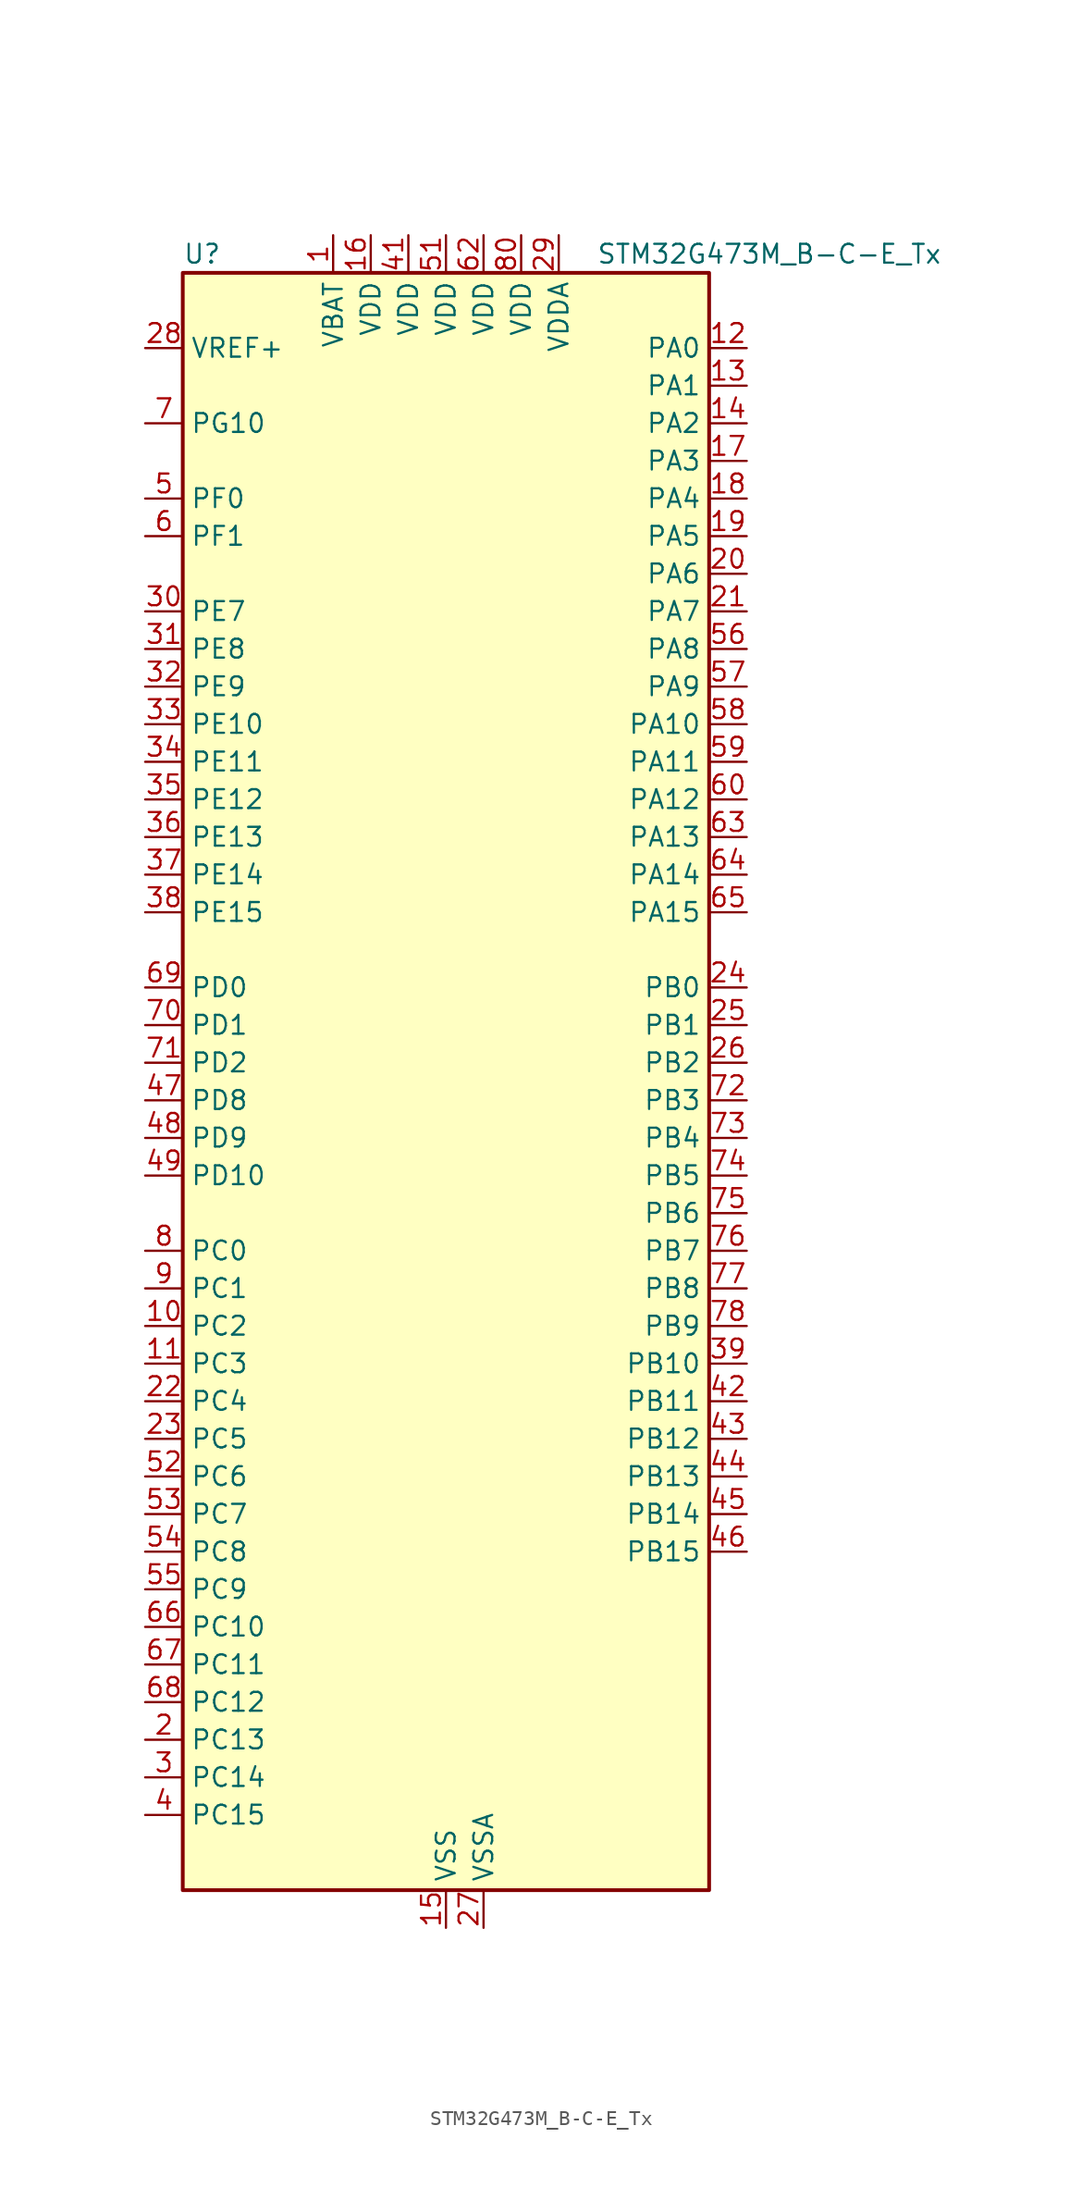
<source format=kicad_sym>
(kicad_symbol_lib
  (version 20241209)
  (generator "kicad_symbol_editor")
  (generator_version "9.0")
  (symbol "STM32G473M_B-C-E_Tx"
    (property "Reference" "U"
      (at -17.78 57.15 0)
      (effects (font (size 1.27 1.27)) (justify left)))
    (property "Value" "STM32G473M_B-C-E_Tx"
      (at 10.16 57.15 0)
      (effects (font (size 1.27 1.27)) (justify left)))
    (symbol "STM32G473M_B-C-E_Tx_0_1"
      (rectangle (start -17.78 -53.34) (end 17.78 55.88) (stroke (width 0.254) (type default)) (fill (type background))))
    (symbol "STM32G473M_B-C-E_Tx_1_1"
      (pin input line (at -20.32 50.8 0) (length 2.54) (name "VREF+" (effects (font (size 1.27 1.27)))) (number "28" (effects (font (size 1.27 1.27)))) (alternate "VREFBUF_OUT" bidirectional line))
      (pin bidirectional line (at -20.32 45.72 0) (length 2.54) (name "PG10" (effects (font (size 1.27 1.27)))) (number "7" (effects (font (size 1.27 1.27)))) (alternate "DAC1_EXTI10" bidirectional line) (alternate "DAC2_EXTI10" bidirectional line) (alternate "DAC3_EXTI10" bidirectional line) (alternate "DAC4_EXTI10" bidirectional line) (alternate "RCC_MCO" bidirectional line))
      (pin bidirectional line (at -20.32 40.64 0) (length 2.54) (name "PF0" (effects (font (size 1.27 1.27)))) (number "5" (effects (font (size 1.27 1.27)))) (alternate "ADC1_IN10" bidirectional line) (alternate "I2C2_SDA" bidirectional line) (alternate "I2S2_WS" bidirectional line) (alternate "RCC_OSC_IN" bidirectional line) (alternate "SPI2_NSS" bidirectional line) (alternate "TIM1_CH3N" bidirectional line))
      (pin bidirectional line (at -20.32 38.1 0) (length 2.54) (name "PF1" (effects (font (size 1.27 1.27)))) (number "6" (effects (font (size 1.27 1.27)))) (alternate "ADC2_IN10" bidirectional line) (alternate "COMP3_INM" bidirectional line) (alternate "I2S2_CK" bidirectional line) (alternate "RCC_OSC_OUT" bidirectional line) (alternate "SPI2_SCK" bidirectional line))
      (pin bidirectional line (at -20.32 33.02 0) (length 2.54) (name "PE7" (effects (font (size 1.27 1.27)))) (number "30" (effects (font (size 1.27 1.27)))) (alternate "ADC3_IN4" bidirectional line) (alternate "COMP4_INP" bidirectional line) (alternate "SAI1_SD_B" bidirectional line) (alternate "TIM1_ETR" bidirectional line))
      (pin bidirectional line (at -20.32 30.48 0) (length 2.54) (name "PE8" (effects (font (size 1.27 1.27)))) (number "31" (effects (font (size 1.27 1.27)))) (alternate "ADC3_IN6" bidirectional line) (alternate "ADC4_IN6" bidirectional line) (alternate "ADC5_IN6" bidirectional line) (alternate "COMP4_INM" bidirectional line) (alternate "SAI1_SCK_B" bidirectional line) (alternate "TIM1_CH1N" bidirectional line) (alternate "TIM5_CH3" bidirectional line))
      (pin bidirectional line (at -20.32 27.94 0) (length 2.54) (name "PE9" (effects (font (size 1.27 1.27)))) (number "32" (effects (font (size 1.27 1.27)))) (alternate "ADC3_IN2" bidirectional line) (alternate "DAC1_EXTI9" bidirectional line) (alternate "DAC2_EXTI9" bidirectional line) (alternate "DAC3_EXTI9" bidirectional line) (alternate "DAC4_EXTI9" bidirectional line) (alternate "SAI1_FS_B" bidirectional line) (alternate "TIM1_CH1" bidirectional line) (alternate "TIM5_CH4" bidirectional line))
      (pin bidirectional line (at -20.32 25.4 0) (length 2.54) (name "PE10" (effects (font (size 1.27 1.27)))) (number "33" (effects (font (size 1.27 1.27)))) (alternate "ADC3_IN14" bidirectional line) (alternate "ADC4_IN14" bidirectional line) (alternate "ADC5_IN14" bidirectional line) (alternate "DAC1_EXTI10" bidirectional line) (alternate "DAC2_EXTI10" bidirectional line) (alternate "DAC3_EXTI10" bidirectional line) (alternate "DAC4_EXTI10" bidirectional line) (alternate "QUADSPI1_CLK" bidirectional line) (alternate "SAI1_MCLK_B" bidirectional line) (alternate "TIM1_CH2N" bidirectional line))
      (pin bidirectional line (at -20.32 22.86 0) (length 2.54) (name "PE11" (effects (font (size 1.27 1.27)))) (number "34" (effects (font (size 1.27 1.27)))) (alternate "ADC1_EXTI11" bidirectional line) (alternate "ADC2_EXTI11" bidirectional line) (alternate "ADC3_IN15" bidirectional line) (alternate "ADC4_IN15" bidirectional line) (alternate "ADC5_IN15" bidirectional line) (alternate "QUADSPI1_BK1_NCS" bidirectional line) (alternate "SPI4_NSS" bidirectional line) (alternate "TIM1_CH2" bidirectional line))
      (pin bidirectional line (at -20.32 20.32 0) (length 2.54) (name "PE12" (effects (font (size 1.27 1.27)))) (number "35" (effects (font (size 1.27 1.27)))) (alternate "ADC3_IN16" bidirectional line) (alternate "ADC4_IN16" bidirectional line) (alternate "ADC5_IN16" bidirectional line) (alternate "QUADSPI1_BK1_IO0" bidirectional line) (alternate "SPI4_SCK" bidirectional line) (alternate "TIM1_CH3N" bidirectional line))
      (pin bidirectional line (at -20.32 17.78 0) (length 2.54) (name "PE13" (effects (font (size 1.27 1.27)))) (number "36" (effects (font (size 1.27 1.27)))) (alternate "ADC3_IN3" bidirectional line) (alternate "QUADSPI1_BK1_IO1" bidirectional line) (alternate "SPI4_MISO" bidirectional line) (alternate "TIM1_CH3" bidirectional line))
      (pin bidirectional line (at -20.32 15.24 0) (length 2.54) (name "PE14" (effects (font (size 1.27 1.27)))) (number "37" (effects (font (size 1.27 1.27)))) (alternate "ADC4_IN1" bidirectional line) (alternate "QUADSPI1_BK1_IO2" bidirectional line) (alternate "SPI4_MOSI" bidirectional line) (alternate "TIM1_BKIN2" bidirectional line) (alternate "TIM1_CH4" bidirectional line))
      (pin bidirectional line (at -20.32 12.7 0) (length 2.54) (name "PE15" (effects (font (size 1.27 1.27)))) (number "38" (effects (font (size 1.27 1.27)))) (alternate "ADC1_EXTI15" bidirectional line) (alternate "ADC2_EXTI15" bidirectional line) (alternate "ADC4_IN2" bidirectional line) (alternate "QUADSPI1_BK1_IO3" bidirectional line) (alternate "TIM1_BKIN" bidirectional line) (alternate "TIM1_CH4N" bidirectional line) (alternate "USART3_RX" bidirectional line))
      (pin bidirectional line (at -20.32 7.62 0) (length 2.54) (name "PD0" (effects (font (size 1.27 1.27)))) (number "69" (effects (font (size 1.27 1.27)))) (alternate "FDCAN1_RX" bidirectional line) (alternate "TIM8_CH4N" bidirectional line))
      (pin bidirectional line (at -20.32 5.08 0) (length 2.54) (name "PD1" (effects (font (size 1.27 1.27)))) (number "70" (effects (font (size 1.27 1.27)))) (alternate "FDCAN1_TX" bidirectional line) (alternate "TIM8_BKIN2" bidirectional line) (alternate "TIM8_CH4" bidirectional line))
      (pin bidirectional line (at -20.32 2.54 0) (length 2.54) (name "PD2" (effects (font (size 1.27 1.27)))) (number "71" (effects (font (size 1.27 1.27)))) (alternate "ADC3_EXTI2" bidirectional line) (alternate "ADC4_EXTI2" bidirectional line) (alternate "ADC5_EXTI2" bidirectional line) (alternate "TIM3_ETR" bidirectional line) (alternate "TIM8_BKIN" bidirectional line) (alternate "UART5_RX" bidirectional line))
      (pin bidirectional line (at -20.32 0 0) (length 2.54) (name "PD8" (effects (font (size 1.27 1.27)))) (number "47" (effects (font (size 1.27 1.27)))) (alternate "ADC4_IN12" bidirectional line) (alternate "ADC5_IN12" bidirectional line) (alternate "OPAMP4_VINM" bidirectional line) (alternate "OPAMP4_VINM1" bidirectional line) (alternate "OPAMP4_VINM_SEC" bidirectional line) (alternate "USART3_TX" bidirectional line))
      (pin bidirectional line (at -20.32 -2.54 0) (length 2.54) (name "PD9" (effects (font (size 1.27 1.27)))) (number "48" (effects (font (size 1.27 1.27)))) (alternate "ADC4_IN13" bidirectional line) (alternate "ADC5_IN13" bidirectional line) (alternate "DAC1_EXTI9" bidirectional line) (alternate "DAC2_EXTI9" bidirectional line) (alternate "DAC3_EXTI9" bidirectional line) (alternate "DAC4_EXTI9" bidirectional line) (alternate "OPAMP6_VINP" bidirectional line) (alternate "OPAMP6_VINP_SEC" bidirectional line) (alternate "USART3_RX" bidirectional line))
      (pin bidirectional line (at -20.32 -5.08 0) (length 2.54) (name "PD10" (effects (font (size 1.27 1.27)))) (number "49" (effects (font (size 1.27 1.27)))) (alternate "ADC3_IN7" bidirectional line) (alternate "ADC4_IN7" bidirectional line) (alternate "ADC5_IN7" bidirectional line) (alternate "COMP6_INM" bidirectional line) (alternate "DAC1_EXTI10" bidirectional line) (alternate "DAC2_EXTI10" bidirectional line) (alternate "DAC3_EXTI10" bidirectional line) (alternate "DAC4_EXTI10" bidirectional line) (alternate "USART3_CK" bidirectional line))
      (pin bidirectional line (at -20.32 -10.16 0) (length 2.54) (name "PC0" (effects (font (size 1.27 1.27)))) (number "8" (effects (font (size 1.27 1.27)))) (alternate "ADC1_IN6" bidirectional line) (alternate "ADC2_IN6" bidirectional line) (alternate "COMP3_INM" bidirectional line) (alternate "LPTIM1_IN1" bidirectional line) (alternate "LPUART1_RX" bidirectional line) (alternate "TIM1_CH1" bidirectional line))
      (pin bidirectional line (at -20.32 -12.7 0) (length 2.54) (name "PC1" (effects (font (size 1.27 1.27)))) (number "9" (effects (font (size 1.27 1.27)))) (alternate "ADC1_IN7" bidirectional line) (alternate "ADC2_IN7" bidirectional line) (alternate "COMP3_INP" bidirectional line) (alternate "LPTIM1_OUT" bidirectional line) (alternate "LPUART1_TX" bidirectional line) (alternate "QUADSPI1_BK2_IO0" bidirectional line) (alternate "SAI1_SD_A" bidirectional line) (alternate "TIM1_CH2" bidirectional line))
      (pin bidirectional line (at -20.32 -15.24 0) (length 2.54) (name "PC2" (effects (font (size 1.27 1.27)))) (number "10" (effects (font (size 1.27 1.27)))) (alternate "ADC1_IN8" bidirectional line) (alternate "ADC2_IN8" bidirectional line) (alternate "ADC3_EXTI2" bidirectional line) (alternate "ADC4_EXTI2" bidirectional line) (alternate "ADC5_EXTI2" bidirectional line) (alternate "COMP3_OUT" bidirectional line) (alternate "LPTIM1_IN2" bidirectional line) (alternate "QUADSPI1_BK2_IO1" bidirectional line) (alternate "TIM1_CH3" bidirectional line) (alternate "TIM20_CH2" bidirectional line))
      (pin bidirectional line (at -20.32 -17.78 0) (length 2.54) (name "PC3" (effects (font (size 1.27 1.27)))) (number "11" (effects (font (size 1.27 1.27)))) (alternate "ADC1_IN9" bidirectional line) (alternate "ADC2_IN9" bidirectional line) (alternate "ADC3_EXTI3" bidirectional line) (alternate "ADC4_EXTI3" bidirectional line) (alternate "ADC5_EXTI3" bidirectional line) (alternate "LPTIM1_ETR" bidirectional line) (alternate "OPAMP5_VINP" bidirectional line) (alternate "OPAMP5_VINP_SEC" bidirectional line) (alternate "QUADSPI1_BK2_IO2" bidirectional line) (alternate "SAI1_D1" bidirectional line) (alternate "SAI1_SD_A" bidirectional line) (alternate "TIM1_BKIN2" bidirectional line) (alternate "TIM1_CH4" bidirectional line))
      (pin bidirectional line (at -20.32 -20.32 0) (length 2.54) (name "PC4" (effects (font (size 1.27 1.27)))) (number "22" (effects (font (size 1.27 1.27)))) (alternate "ADC2_IN5" bidirectional line) (alternate "I2C2_SCL" bidirectional line) (alternate "QUADSPI1_BK2_IO3" bidirectional line) (alternate "TIM1_ETR" bidirectional line) (alternate "USART1_TX" bidirectional line))
      (pin bidirectional line (at -20.32 -22.86 0) (length 2.54) (name "PC5" (effects (font (size 1.27 1.27)))) (number "23" (effects (font (size 1.27 1.27)))) (alternate "ADC2_IN11" bidirectional line) (alternate "OPAMP1_VINM" bidirectional line) (alternate "OPAMP1_VINM1" bidirectional line) (alternate "OPAMP1_VINM_SEC" bidirectional line) (alternate "OPAMP2_VINM" bidirectional line) (alternate "OPAMP2_VINM1" bidirectional line) (alternate "OPAMP2_VINM_SEC" bidirectional line) (alternate "SAI1_D3" bidirectional line) (alternate "SYS_WKUP5" bidirectional line) (alternate "TIM15_BKIN" bidirectional line) (alternate "TIM1_CH4N" bidirectional line) (alternate "USART1_RX" bidirectional line))
      (pin bidirectional line (at -20.32 -25.4 0) (length 2.54) (name "PC6" (effects (font (size 1.27 1.27)))) (number "52" (effects (font (size 1.27 1.27)))) (alternate "COMP6_OUT" bidirectional line) (alternate "I2C4_SCL" bidirectional line) (alternate "I2S2_MCK" bidirectional line) (alternate "TIM3_CH1" bidirectional line) (alternate "TIM8_CH1" bidirectional line))
      (pin bidirectional line (at -20.32 -27.94 0) (length 2.54) (name "PC7" (effects (font (size 1.27 1.27)))) (number "53" (effects (font (size 1.27 1.27)))) (alternate "COMP5_OUT" bidirectional line) (alternate "I2C4_SDA" bidirectional line) (alternate "I2S3_MCK" bidirectional line) (alternate "TIM3_CH2" bidirectional line) (alternate "TIM8_CH2" bidirectional line))
      (pin bidirectional line (at -20.32 -30.48 0) (length 2.54) (name "PC8" (effects (font (size 1.27 1.27)))) (number "54" (effects (font (size 1.27 1.27)))) (alternate "COMP7_OUT" bidirectional line) (alternate "I2C3_SCL" bidirectional line) (alternate "TIM20_CH3" bidirectional line) (alternate "TIM3_CH3" bidirectional line) (alternate "TIM8_CH3" bidirectional line))
      (pin bidirectional line (at -20.32 -33.02 0) (length 2.54) (name "PC9" (effects (font (size 1.27 1.27)))) (number "55" (effects (font (size 1.27 1.27)))) (alternate "DAC1_EXTI9" bidirectional line) (alternate "DAC2_EXTI9" bidirectional line) (alternate "DAC3_EXTI9" bidirectional line) (alternate "DAC4_EXTI9" bidirectional line) (alternate "I2C3_SDA" bidirectional line) (alternate "I2S_CKIN" bidirectional line) (alternate "TIM3_CH4" bidirectional line) (alternate "TIM8_BKIN2" bidirectional line) (alternate "TIM8_CH4" bidirectional line))
      (pin bidirectional line (at -20.32 -35.56 0) (length 2.54) (name "PC10" (effects (font (size 1.27 1.27)))) (number "66" (effects (font (size 1.27 1.27)))) (alternate "DAC1_EXTI10" bidirectional line) (alternate "DAC2_EXTI10" bidirectional line) (alternate "DAC3_EXTI10" bidirectional line) (alternate "DAC4_EXTI10" bidirectional line) (alternate "I2S3_CK" bidirectional line) (alternate "SPI3_SCK" bidirectional line) (alternate "TIM8_CH1N" bidirectional line) (alternate "UART4_TX" bidirectional line) (alternate "USART3_TX" bidirectional line))
      (pin bidirectional line (at -20.32 -38.1 0) (length 2.54) (name "PC11" (effects (font (size 1.27 1.27)))) (number "67" (effects (font (size 1.27 1.27)))) (alternate "ADC1_EXTI11" bidirectional line) (alternate "ADC2_EXTI11" bidirectional line) (alternate "I2C3_SDA" bidirectional line) (alternate "SPI3_MISO" bidirectional line) (alternate "TIM8_CH2N" bidirectional line) (alternate "UART4_RX" bidirectional line) (alternate "USART3_RX" bidirectional line))
      (pin bidirectional line (at -20.32 -40.64 0) (length 2.54) (name "PC12" (effects (font (size 1.27 1.27)))) (number "68" (effects (font (size 1.27 1.27)))) (alternate "I2S3_SD" bidirectional line) (alternate "SPI3_MOSI" bidirectional line) (alternate "TIM5_CH2" bidirectional line) (alternate "TIM8_CH3N" bidirectional line) (alternate "UART5_TX" bidirectional line) (alternate "UCPD1_FRSTX1" bidirectional line) (alternate "UCPD1_FRSTX2" bidirectional line) (alternate "USART3_CK" bidirectional line))
      (pin bidirectional line (at -20.32 -43.18 0) (length 2.54) (name "PC13" (effects (font (size 1.27 1.27)))) (number "2" (effects (font (size 1.27 1.27)))) (alternate "RTC_OUT1" bidirectional line) (alternate "RTC_TAMP1" bidirectional line) (alternate "RTC_TS" bidirectional line) (alternate "SYS_WKUP2" bidirectional line) (alternate "TIM1_BKIN" bidirectional line) (alternate "TIM1_CH1N" bidirectional line) (alternate "TIM8_CH4N" bidirectional line))
      (pin bidirectional line (at -20.32 -45.72 0) (length 2.54) (name "PC14" (effects (font (size 1.27 1.27)))) (number "3" (effects (font (size 1.27 1.27)))) (alternate "RCC_OSC32_IN" bidirectional line))
      (pin bidirectional line (at -20.32 -48.26 0) (length 2.54) (name "PC15" (effects (font (size 1.27 1.27)))) (number "4" (effects (font (size 1.27 1.27)))) (alternate "ADC1_EXTI15" bidirectional line) (alternate "ADC2_EXTI15" bidirectional line) (alternate "RCC_OSC32_OUT" bidirectional line))
      (pin power_in line (at -7.62 58.42 270) (length 2.54) (name "VBAT" (effects (font (size 1.27 1.27)))) (number "1" (effects (font (size 1.27 1.27)))))
      (pin power_in line (at -5.08 58.42 270) (length 2.54) (name "VDD" (effects (font (size 1.27 1.27)))) (number "16" (effects (font (size 1.27 1.27)))))
      (pin power_in line (at -2.54 58.42 270) (length 2.54) (name "VDD" (effects (font (size 1.27 1.27)))) (number "41" (effects (font (size 1.27 1.27)))))
      (pin power_in line (at 0 58.42 270) (length 2.54) (name "VDD" (effects (font (size 1.27 1.27)))) (number "51" (effects (font (size 1.27 1.27)))))
      (pin power_in line (at 0 -55.88 90) (length 2.54) (name "VSS" (effects (font (size 1.27 1.27)))) (number "15" (effects (font (size 1.27 1.27)))))
      (pin passive line (at 0 -55.88 90) (length 2.54) (hide yes) (name "VSS" (effects (font (size 1.27 1.27)))) (number "40" (effects (font (size 1.27 1.27)))))
      (pin passive line (at 0 -55.88 90) (length 2.54) (hide yes) (name "VSS" (effects (font (size 1.27 1.27)))) (number "50" (effects (font (size 1.27 1.27)))))
      (pin passive line (at 0 -55.88 90) (length 2.54) (hide yes) (name "VSS" (effects (font (size 1.27 1.27)))) (number "61" (effects (font (size 1.27 1.27)))))
      (pin passive line (at 0 -55.88 90) (length 2.54) (hide yes) (name "VSS" (effects (font (size 1.27 1.27)))) (number "79" (effects (font (size 1.27 1.27)))))
      (pin power_in line (at 2.54 58.42 270) (length 2.54) (name "VDD" (effects (font (size 1.27 1.27)))) (number "62" (effects (font (size 1.27 1.27)))))
      (pin power_in line (at 2.54 -55.88 90) (length 2.54) (name "VSSA" (effects (font (size 1.27 1.27)))) (number "27" (effects (font (size 1.27 1.27)))))
      (pin power_in line (at 5.08 58.42 270) (length 2.54) (name "VDD" (effects (font (size 1.27 1.27)))) (number "80" (effects (font (size 1.27 1.27)))))
      (pin power_in line (at 7.62 58.42 270) (length 2.54) (name "VDDA" (effects (font (size 1.27 1.27)))) (number "29" (effects (font (size 1.27 1.27)))))
      (pin bidirectional line (at 20.32 50.8 180) (length 2.54) (name "PA0" (effects (font (size 1.27 1.27)))) (number "12" (effects (font (size 1.27 1.27)))) (alternate "ADC1_IN1" bidirectional line) (alternate "ADC2_IN1" bidirectional line) (alternate "COMP1_INM" bidirectional line) (alternate "COMP1_OUT" bidirectional line) (alternate "COMP3_INP" bidirectional line) (alternate "RTC_TAMP2" bidirectional line) (alternate "SYS_WKUP1" bidirectional line) (alternate "TIM2_CH1" bidirectional line) (alternate "TIM2_ETR" bidirectional line) (alternate "TIM5_CH1" bidirectional line) (alternate "TIM8_BKIN" bidirectional line) (alternate "TIM8_ETR" bidirectional line) (alternate "USART2_CTS" bidirectional line) (alternate "USART2_NSS" bidirectional line))
      (pin bidirectional line (at 20.32 48.26 180) (length 2.54) (name "PA1" (effects (font (size 1.27 1.27)))) (number "13" (effects (font (size 1.27 1.27)))) (alternate "ADC1_IN2" bidirectional line) (alternate "ADC2_IN2" bidirectional line) (alternate "COMP1_INP" bidirectional line) (alternate "OPAMP1_VINP" bidirectional line) (alternate "OPAMP1_VINP_SEC" bidirectional line) (alternate "OPAMP3_VINP" bidirectional line) (alternate "OPAMP3_VINP_SEC" bidirectional line) (alternate "OPAMP6_VINM" bidirectional line) (alternate "OPAMP6_VINM0" bidirectional line) (alternate "OPAMP6_VINM_SEC" bidirectional line) (alternate "RTC_REFIN" bidirectional line) (alternate "TIM15_CH1N" bidirectional line) (alternate "TIM2_CH2" bidirectional line) (alternate "TIM5_CH2" bidirectional line) (alternate "USART2_DE" bidirectional line) (alternate "USART2_RTS" bidirectional line))
      (pin bidirectional line (at 20.32 45.72 180) (length 2.54) (name "PA2" (effects (font (size 1.27 1.27)))) (number "14" (effects (font (size 1.27 1.27)))) (alternate "ADC1_IN3" bidirectional line) (alternate "ADC3_EXTI2" bidirectional line) (alternate "ADC4_EXTI2" bidirectional line) (alternate "ADC5_EXTI2" bidirectional line) (alternate "COMP2_INM" bidirectional line) (alternate "COMP2_OUT" bidirectional line) (alternate "LPUART1_TX" bidirectional line) (alternate "OPAMP1_VOUT" bidirectional line) (alternate "QUADSPI1_BK1_NCS" bidirectional line) (alternate "RCC_LSCO" bidirectional line) (alternate "SYS_WKUP4" bidirectional line) (alternate "TIM15_CH1" bidirectional line) (alternate "TIM2_CH3" bidirectional line) (alternate "TIM5_CH3" bidirectional line) (alternate "UCPD1_FRSTX1" bidirectional line) (alternate "UCPD1_FRSTX2" bidirectional line) (alternate "USART2_TX" bidirectional line))
      (pin bidirectional line (at 20.32 43.18 180) (length 2.54) (name "PA3" (effects (font (size 1.27 1.27)))) (number "17" (effects (font (size 1.27 1.27)))) (alternate "ADC1_IN4" bidirectional line) (alternate "ADC3_EXTI3" bidirectional line) (alternate "ADC4_EXTI3" bidirectional line) (alternate "ADC5_EXTI3" bidirectional line) (alternate "COMP2_INP" bidirectional line) (alternate "LPUART1_RX" bidirectional line) (alternate "OPAMP1_VINM" bidirectional line) (alternate "OPAMP1_VINM0" bidirectional line) (alternate "OPAMP1_VINM_SEC" bidirectional line) (alternate "OPAMP1_VINP" bidirectional line) (alternate "OPAMP1_VINP_SEC" bidirectional line) (alternate "OPAMP5_VINM" bidirectional line) (alternate "OPAMP5_VINM1" bidirectional line) (alternate "OPAMP5_VINM_SEC" bidirectional line) (alternate "QUADSPI1_CLK" bidirectional line) (alternate "SAI1_CK1" bidirectional line) (alternate "SAI1_MCLK_A" bidirectional line) (alternate "TIM15_CH2" bidirectional line) (alternate "TIM2_CH4" bidirectional line) (alternate "TIM5_CH4" bidirectional line) (alternate "USART2_RX" bidirectional line))
      (pin bidirectional line (at 20.32 40.64 180) (length 2.54) (name "PA4" (effects (font (size 1.27 1.27)))) (number "18" (effects (font (size 1.27 1.27)))) (alternate "ADC2_IN17" bidirectional line) (alternate "COMP1_INM" bidirectional line) (alternate "DAC1_OUT1" bidirectional line) (alternate "I2S3_WS" bidirectional line) (alternate "SAI1_FS_B" bidirectional line) (alternate "SPI1_NSS" bidirectional line) (alternate "SPI3_NSS" bidirectional line) (alternate "TIM3_CH2" bidirectional line) (alternate "USART2_CK" bidirectional line))
      (pin bidirectional line (at 20.32 38.1 180) (length 2.54) (name "PA5" (effects (font (size 1.27 1.27)))) (number "19" (effects (font (size 1.27 1.27)))) (alternate "ADC2_IN13" bidirectional line) (alternate "COMP2_INM" bidirectional line) (alternate "DAC1_OUT2" bidirectional line) (alternate "OPAMP2_VINM" bidirectional line) (alternate "OPAMP2_VINM0" bidirectional line) (alternate "OPAMP2_VINM_SEC" bidirectional line) (alternate "SPI1_SCK" bidirectional line) (alternate "TIM2_CH1" bidirectional line) (alternate "TIM2_ETR" bidirectional line) (alternate "UCPD1_FRSTX1" bidirectional line) (alternate "UCPD1_FRSTX2" bidirectional line))
      (pin bidirectional line (at 20.32 35.56 180) (length 2.54) (name "PA6" (effects (font (size 1.27 1.27)))) (number "20" (effects (font (size 1.27 1.27)))) (alternate "ADC2_IN3" bidirectional line) (alternate "COMP1_OUT" bidirectional line) (alternate "DAC2_OUT1" bidirectional line) (alternate "LPUART1_CTS" bidirectional line) (alternate "OPAMP2_VOUT" bidirectional line) (alternate "QUADSPI1_BK1_IO3" bidirectional line) (alternate "SPI1_MISO" bidirectional line) (alternate "TIM16_CH1" bidirectional line) (alternate "TIM1_BKIN" bidirectional line) (alternate "TIM3_CH1" bidirectional line) (alternate "TIM8_BKIN" bidirectional line))
      (pin bidirectional line (at 20.32 33.02 180) (length 2.54) (name "PA7" (effects (font (size 1.27 1.27)))) (number "21" (effects (font (size 1.27 1.27)))) (alternate "ADC2_IN4" bidirectional line) (alternate "COMP2_INP" bidirectional line) (alternate "COMP2_OUT" bidirectional line) (alternate "OPAMP1_VINP" bidirectional line) (alternate "OPAMP1_VINP_SEC" bidirectional line) (alternate "OPAMP2_VINP" bidirectional line) (alternate "OPAMP2_VINP_SEC" bidirectional line) (alternate "QUADSPI1_BK1_IO2" bidirectional line) (alternate "SPI1_MOSI" bidirectional line) (alternate "TIM17_CH1" bidirectional line) (alternate "TIM1_CH1N" bidirectional line) (alternate "TIM3_CH2" bidirectional line) (alternate "TIM8_CH1N" bidirectional line) (alternate "UCPD1_FRSTX1" bidirectional line) (alternate "UCPD1_FRSTX2" bidirectional line))
      (pin bidirectional line (at 20.32 30.48 180) (length 2.54) (name "PA8" (effects (font (size 1.27 1.27)))) (number "56" (effects (font (size 1.27 1.27)))) (alternate "ADC5_IN1" bidirectional line) (alternate "COMP7_OUT" bidirectional line) (alternate "FDCAN3_RX" bidirectional line) (alternate "I2C2_SDA" bidirectional line) (alternate "I2C3_SCL" bidirectional line) (alternate "I2S2_MCK" bidirectional line) (alternate "OPAMP5_VOUT" bidirectional line) (alternate "RCC_MCO" bidirectional line) (alternate "SAI1_CK2" bidirectional line) (alternate "SAI1_SCK_A" bidirectional line) (alternate "TIM1_CH1" bidirectional line) (alternate "TIM4_ETR" bidirectional line) (alternate "USART1_CK" bidirectional line))
      (pin bidirectional line (at 20.32 27.94 180) (length 2.54) (name "PA9" (effects (font (size 1.27 1.27)))) (number "57" (effects (font (size 1.27 1.27)))) (alternate "ADC5_IN2" bidirectional line) (alternate "COMP5_OUT" bidirectional line) (alternate "DAC1_EXTI9" bidirectional line) (alternate "DAC2_EXTI9" bidirectional line) (alternate "DAC3_EXTI9" bidirectional line) (alternate "DAC4_EXTI9" bidirectional line) (alternate "I2C2_SCL" bidirectional line) (alternate "I2C3_SMBA" bidirectional line) (alternate "I2S3_MCK" bidirectional line) (alternate "SAI1_FS_A" bidirectional line) (alternate "TIM15_BKIN" bidirectional line) (alternate "TIM1_CH2" bidirectional line) (alternate "TIM2_CH3" bidirectional line) (alternate "UCPD1_DBCC1" bidirectional line) (alternate "USART1_TX" bidirectional line))
      (pin bidirectional line (at 20.32 25.4 180) (length 2.54) (name "PA10" (effects (font (size 1.27 1.27)))) (number "58" (effects (font (size 1.27 1.27)))) (alternate "COMP6_OUT" bidirectional line) (alternate "CRS_SYNC" bidirectional line) (alternate "DAC1_EXTI10" bidirectional line) (alternate "DAC2_EXTI10" bidirectional line) (alternate "DAC3_EXTI10" bidirectional line) (alternate "DAC4_EXTI10" bidirectional line) (alternate "I2C2_SMBA" bidirectional line) (alternate "SAI1_D1" bidirectional line) (alternate "SAI1_SD_A" bidirectional line) (alternate "SPI2_MISO" bidirectional line) (alternate "TIM17_BKIN" bidirectional line) (alternate "TIM1_CH3" bidirectional line) (alternate "TIM2_CH4" bidirectional line) (alternate "TIM8_BKIN" bidirectional line) (alternate "UCPD1_DBCC2" bidirectional line) (alternate "USART1_RX" bidirectional line))
      (pin bidirectional line (at 20.32 22.86 180) (length 2.54) (name "PA11" (effects (font (size 1.27 1.27)))) (number "59" (effects (font (size 1.27 1.27)))) (alternate "ADC1_EXTI11" bidirectional line) (alternate "ADC2_EXTI11" bidirectional line) (alternate "COMP1_OUT" bidirectional line) (alternate "FDCAN1_RX" bidirectional line) (alternate "I2S2_SD" bidirectional line) (alternate "SPI2_MOSI" bidirectional line) (alternate "TIM1_BKIN2" bidirectional line) (alternate "TIM1_CH1N" bidirectional line) (alternate "TIM1_CH4" bidirectional line) (alternate "TIM4_CH1" bidirectional line) (alternate "USART1_CTS" bidirectional line) (alternate "USART1_NSS" bidirectional line) (alternate "USB_DM" bidirectional line))
      (pin bidirectional line (at 20.32 20.32 180) (length 2.54) (name "PA12" (effects (font (size 1.27 1.27)))) (number "60" (effects (font (size 1.27 1.27)))) (alternate "COMP2_OUT" bidirectional line) (alternate "FDCAN1_TX" bidirectional line) (alternate "I2S_CKIN" bidirectional line) (alternate "TIM16_CH1" bidirectional line) (alternate "TIM1_CH2N" bidirectional line) (alternate "TIM1_ETR" bidirectional line) (alternate "TIM4_CH2" bidirectional line) (alternate "USART1_DE" bidirectional line) (alternate "USART1_RTS" bidirectional line) (alternate "USB_DP" bidirectional line))
      (pin bidirectional line (at 20.32 17.78 180) (length 2.54) (name "PA13" (effects (font (size 1.27 1.27)))) (number "63" (effects (font (size 1.27 1.27)))) (alternate "I2C1_SCL" bidirectional line) (alternate "I2C4_SCL" bidirectional line) (alternate "IR_OUT" bidirectional line) (alternate "SAI1_SD_B" bidirectional line) (alternate "SYS_JTMS-SWDIO" bidirectional line) (alternate "TIM16_CH1N" bidirectional line) (alternate "TIM4_CH3" bidirectional line) (alternate "USART3_CTS" bidirectional line) (alternate "USART3_NSS" bidirectional line))
      (pin bidirectional line (at 20.32 15.24 180) (length 2.54) (name "PA14" (effects (font (size 1.27 1.27)))) (number "64" (effects (font (size 1.27 1.27)))) (alternate "I2C1_SDA" bidirectional line) (alternate "I2C4_SMBA" bidirectional line) (alternate "LPTIM1_OUT" bidirectional line) (alternate "SAI1_FS_B" bidirectional line) (alternate "SYS_JTCK-SWCLK" bidirectional line) (alternate "TIM1_BKIN" bidirectional line) (alternate "TIM8_CH2" bidirectional line) (alternate "USART2_TX" bidirectional line))
      (pin bidirectional line (at 20.32 12.7 180) (length 2.54) (name "PA15" (effects (font (size 1.27 1.27)))) (number "65" (effects (font (size 1.27 1.27)))) (alternate "ADC1_EXTI15" bidirectional line) (alternate "ADC2_EXTI15" bidirectional line) (alternate "FDCAN3_TX" bidirectional line) (alternate "I2C1_SCL" bidirectional line) (alternate "I2S3_WS" bidirectional line) (alternate "SPI1_NSS" bidirectional line) (alternate "SPI3_NSS" bidirectional line) (alternate "SYS_JTDI" bidirectional line) (alternate "TIM1_BKIN" bidirectional line) (alternate "TIM2_CH1" bidirectional line) (alternate "TIM2_ETR" bidirectional line) (alternate "TIM8_CH1" bidirectional line) (alternate "UART4_DE" bidirectional line) (alternate "UART4_RTS" bidirectional line) (alternate "USART2_RX" bidirectional line))
      (pin bidirectional line (at 20.32 7.62 180) (length 2.54) (name "PB0" (effects (font (size 1.27 1.27)))) (number "24" (effects (font (size 1.27 1.27)))) (alternate "ADC1_IN15" bidirectional line) (alternate "ADC3_IN12" bidirectional line) (alternate "COMP4_INP" bidirectional line) (alternate "OPAMP2_VINP" bidirectional line) (alternate "OPAMP2_VINP_SEC" bidirectional line) (alternate "OPAMP3_VINP" bidirectional line) (alternate "OPAMP3_VINP_SEC" bidirectional line) (alternate "QUADSPI1_BK1_IO1" bidirectional line) (alternate "TIM1_CH2N" bidirectional line) (alternate "TIM3_CH3" bidirectional line) (alternate "TIM8_CH2N" bidirectional line) (alternate "UCPD1_FRSTX1" bidirectional line) (alternate "UCPD1_FRSTX2" bidirectional line))
      (pin bidirectional line (at 20.32 5.08 180) (length 2.54) (name "PB1" (effects (font (size 1.27 1.27)))) (number "25" (effects (font (size 1.27 1.27)))) (alternate "ADC1_IN12" bidirectional line) (alternate "ADC3_IN1" bidirectional line) (alternate "COMP1_INP" bidirectional line) (alternate "COMP4_OUT" bidirectional line) (alternate "LPUART1_DE" bidirectional line) (alternate "LPUART1_RTS" bidirectional line) (alternate "OPAMP3_VOUT" bidirectional line) (alternate "OPAMP6_VINM" bidirectional line) (alternate "OPAMP6_VINM1" bidirectional line) (alternate "OPAMP6_VINM_SEC" bidirectional line) (alternate "QUADSPI1_BK1_IO0" bidirectional line) (alternate "TIM1_CH3N" bidirectional line) (alternate "TIM3_CH4" bidirectional line) (alternate "TIM8_CH3N" bidirectional line))
      (pin bidirectional line (at 20.32 2.54 180) (length 2.54) (name "PB2" (effects (font (size 1.27 1.27)))) (number "26" (effects (font (size 1.27 1.27)))) (alternate "ADC2_IN12" bidirectional line) (alternate "ADC3_EXTI2" bidirectional line) (alternate "ADC4_EXTI2" bidirectional line) (alternate "ADC5_EXTI2" bidirectional line) (alternate "COMP4_INM" bidirectional line) (alternate "I2C3_SMBA" bidirectional line) (alternate "LPTIM1_OUT" bidirectional line) (alternate "OPAMP3_VINM" bidirectional line) (alternate "OPAMP3_VINM0" bidirectional line) (alternate "OPAMP3_VINM_SEC" bidirectional line) (alternate "QUADSPI1_BK2_IO1" bidirectional line) (alternate "RTC_OUT2" bidirectional line) (alternate "TIM20_CH1" bidirectional line) (alternate "TIM5_CH1" bidirectional line))
      (pin bidirectional line (at 20.32 0 180) (length 2.54) (name "PB3" (effects (font (size 1.27 1.27)))) (number "72" (effects (font (size 1.27 1.27)))) (alternate "ADC3_EXTI3" bidirectional line) (alternate "ADC4_EXTI3" bidirectional line) (alternate "ADC5_EXTI3" bidirectional line) (alternate "CRS_SYNC" bidirectional line) (alternate "FDCAN3_RX" bidirectional line) (alternate "I2S3_CK" bidirectional line) (alternate "SAI1_SCK_B" bidirectional line) (alternate "SPI1_SCK" bidirectional line) (alternate "SPI3_SCK" bidirectional line) (alternate "SYS_JTDO-SWO" bidirectional line) (alternate "TIM2_CH2" bidirectional line) (alternate "TIM3_ETR" bidirectional line) (alternate "TIM4_ETR" bidirectional line) (alternate "TIM8_CH1N" bidirectional line) (alternate "USART2_TX" bidirectional line))
      (pin bidirectional line (at 20.32 -2.54 180) (length 2.54) (name "PB4" (effects (font (size 1.27 1.27)))) (number "73" (effects (font (size 1.27 1.27)))) (alternate "FDCAN3_TX" bidirectional line) (alternate "SAI1_MCLK_B" bidirectional line) (alternate "SPI1_MISO" bidirectional line) (alternate "SPI3_MISO" bidirectional line) (alternate "SYS_JTRST" bidirectional line) (alternate "TIM16_CH1" bidirectional line) (alternate "TIM17_BKIN" bidirectional line) (alternate "TIM3_CH1" bidirectional line) (alternate "TIM8_CH2N" bidirectional line) (alternate "UART5_DE" bidirectional line) (alternate "UART5_RTS" bidirectional line) (alternate "UCPD1_CC2" bidirectional line) (alternate "USART2_RX" bidirectional line))
      (pin bidirectional line (at 20.32 -5.08 180) (length 2.54) (name "PB5" (effects (font (size 1.27 1.27)))) (number "74" (effects (font (size 1.27 1.27)))) (alternate "FDCAN2_RX" bidirectional line) (alternate "I2C1_SMBA" bidirectional line) (alternate "I2C3_SDA" bidirectional line) (alternate "I2S3_SD" bidirectional line) (alternate "LPTIM1_IN1" bidirectional line) (alternate "SAI1_SD_B" bidirectional line) (alternate "SPI1_MOSI" bidirectional line) (alternate "SPI3_MOSI" bidirectional line) (alternate "TIM16_BKIN" bidirectional line) (alternate "TIM17_CH1" bidirectional line) (alternate "TIM3_CH2" bidirectional line) (alternate "TIM8_CH3N" bidirectional line) (alternate "UART5_CTS" bidirectional line) (alternate "USART2_CK" bidirectional line))
      (pin bidirectional line (at 20.32 -7.62 180) (length 2.54) (name "PB6" (effects (font (size 1.27 1.27)))) (number "75" (effects (font (size 1.27 1.27)))) (alternate "COMP4_OUT" bidirectional line) (alternate "FDCAN2_TX" bidirectional line) (alternate "LPTIM1_ETR" bidirectional line) (alternate "SAI1_FS_B" bidirectional line) (alternate "TIM16_CH1N" bidirectional line) (alternate "TIM4_CH1" bidirectional line) (alternate "TIM8_BKIN2" bidirectional line) (alternate "TIM8_CH1" bidirectional line) (alternate "TIM8_ETR" bidirectional line) (alternate "UCPD1_CC1" bidirectional line) (alternate "USART1_TX" bidirectional line))
      (pin bidirectional line (at 20.32 -10.16 180) (length 2.54) (name "PB7" (effects (font (size 1.27 1.27)))) (number "76" (effects (font (size 1.27 1.27)))) (alternate "COMP3_OUT" bidirectional line) (alternate "I2C1_SDA" bidirectional line) (alternate "I2C4_SDA" bidirectional line) (alternate "LPTIM1_IN2" bidirectional line) (alternate "SYS_PVD_IN" bidirectional line) (alternate "TIM17_CH1N" bidirectional line) (alternate "TIM3_CH4" bidirectional line) (alternate "TIM4_CH2" bidirectional line) (alternate "TIM8_BKIN" bidirectional line) (alternate "UART4_CTS" bidirectional line) (alternate "USART1_RX" bidirectional line))
      (pin bidirectional line (at 20.32 -12.7 180) (length 2.54) (name "PB8" (effects (font (size 1.27 1.27)))) (number "77" (effects (font (size 1.27 1.27)))) (alternate "COMP1_OUT" bidirectional line) (alternate "FDCAN1_RX" bidirectional line) (alternate "I2C1_SCL" bidirectional line) (alternate "SAI1_CK1" bidirectional line) (alternate "SAI1_MCLK_A" bidirectional line) (alternate "TIM16_CH1" bidirectional line) (alternate "TIM1_BKIN" bidirectional line) (alternate "TIM4_CH3" bidirectional line) (alternate "TIM8_CH2" bidirectional line) (alternate "USART3_RX" bidirectional line))
      (pin bidirectional line (at 20.32 -15.24 180) (length 2.54) (name "PB9" (effects (font (size 1.27 1.27)))) (number "78" (effects (font (size 1.27 1.27)))) (alternate "COMP2_OUT" bidirectional line) (alternate "DAC1_EXTI9" bidirectional line) (alternate "DAC2_EXTI9" bidirectional line) (alternate "DAC3_EXTI9" bidirectional line) (alternate "DAC4_EXTI9" bidirectional line) (alternate "FDCAN1_TX" bidirectional line) (alternate "I2C1_SDA" bidirectional line) (alternate "IR_OUT" bidirectional line) (alternate "SAI1_D2" bidirectional line) (alternate "SAI1_FS_A" bidirectional line) (alternate "TIM17_CH1" bidirectional line) (alternate "TIM1_CH3N" bidirectional line) (alternate "TIM4_CH4" bidirectional line) (alternate "TIM8_CH3" bidirectional line) (alternate "USART3_TX" bidirectional line))
      (pin bidirectional line (at 20.32 -17.78 180) (length 2.54) (name "PB10" (effects (font (size 1.27 1.27)))) (number "39" (effects (font (size 1.27 1.27)))) (alternate "COMP5_INM" bidirectional line) (alternate "DAC1_EXTI10" bidirectional line) (alternate "DAC2_EXTI10" bidirectional line) (alternate "DAC3_EXTI10" bidirectional line) (alternate "DAC4_EXTI10" bidirectional line) (alternate "LPUART1_RX" bidirectional line) (alternate "OPAMP3_VINM" bidirectional line) (alternate "OPAMP3_VINM1" bidirectional line) (alternate "OPAMP3_VINM_SEC" bidirectional line) (alternate "OPAMP4_VINM" bidirectional line) (alternate "OPAMP4_VINM0" bidirectional line) (alternate "OPAMP4_VINM_SEC" bidirectional line) (alternate "QUADSPI1_CLK" bidirectional line) (alternate "SAI1_SCK_A" bidirectional line) (alternate "TIM1_BKIN" bidirectional line) (alternate "TIM2_CH3" bidirectional line) (alternate "USART3_TX" bidirectional line))
      (pin bidirectional line (at 20.32 -20.32 180) (length 2.54) (name "PB11" (effects (font (size 1.27 1.27)))) (number "42" (effects (font (size 1.27 1.27)))) (alternate "ADC1_EXTI11" bidirectional line) (alternate "ADC1_IN14" bidirectional line) (alternate "ADC2_EXTI11" bidirectional line) (alternate "ADC2_IN14" bidirectional line) (alternate "COMP6_INP" bidirectional line) (alternate "LPUART1_TX" bidirectional line) (alternate "OPAMP4_VINP" bidirectional line) (alternate "OPAMP4_VINP_SEC" bidirectional line) (alternate "OPAMP6_VOUT" bidirectional line) (alternate "QUADSPI1_BK1_NCS" bidirectional line) (alternate "TIM2_CH4" bidirectional line) (alternate "USART3_RX" bidirectional line))
      (pin bidirectional line (at 20.32 -22.86 180) (length 2.54) (name "PB12" (effects (font (size 1.27 1.27)))) (number "43" (effects (font (size 1.27 1.27)))) (alternate "ADC1_IN11" bidirectional line) (alternate "ADC4_IN3" bidirectional line) (alternate "COMP7_INM" bidirectional line) (alternate "FDCAN2_RX" bidirectional line) (alternate "I2C2_SMBA" bidirectional line) (alternate "I2S2_WS" bidirectional line) (alternate "LPUART1_DE" bidirectional line) (alternate "LPUART1_RTS" bidirectional line) (alternate "OPAMP4_VOUT" bidirectional line) (alternate "OPAMP6_VINP" bidirectional line) (alternate "OPAMP6_VINP_SEC" bidirectional line) (alternate "SPI2_NSS" bidirectional line) (alternate "TIM1_BKIN" bidirectional line) (alternate "TIM5_ETR" bidirectional line) (alternate "USART3_CK" bidirectional line))
      (pin bidirectional line (at 20.32 -25.4 180) (length 2.54) (name "PB13" (effects (font (size 1.27 1.27)))) (number "44" (effects (font (size 1.27 1.27)))) (alternate "ADC3_IN5" bidirectional line) (alternate "COMP5_INP" bidirectional line) (alternate "FDCAN2_TX" bidirectional line) (alternate "I2S2_CK" bidirectional line) (alternate "LPUART1_CTS" bidirectional line) (alternate "OPAMP3_VINP" bidirectional line) (alternate "OPAMP3_VINP_SEC" bidirectional line) (alternate "OPAMP4_VINP" bidirectional line) (alternate "OPAMP4_VINP_SEC" bidirectional line) (alternate "OPAMP6_VINP" bidirectional line) (alternate "OPAMP6_VINP_SEC" bidirectional line) (alternate "SPI2_SCK" bidirectional line) (alternate "TIM1_CH1N" bidirectional line) (alternate "USART3_CTS" bidirectional line) (alternate "USART3_NSS" bidirectional line))
      (pin bidirectional line (at 20.32 -27.94 180) (length 2.54) (name "PB14" (effects (font (size 1.27 1.27)))) (number "45" (effects (font (size 1.27 1.27)))) (alternate "ADC1_IN5" bidirectional line) (alternate "ADC4_IN4" bidirectional line) (alternate "COMP4_OUT" bidirectional line) (alternate "COMP7_INP" bidirectional line) (alternate "OPAMP2_VINP" bidirectional line) (alternate "OPAMP2_VINP_SEC" bidirectional line) (alternate "OPAMP5_VINP" bidirectional line) (alternate "OPAMP5_VINP_SEC" bidirectional line) (alternate "SPI2_MISO" bidirectional line) (alternate "TIM15_CH1" bidirectional line) (alternate "TIM1_CH2N" bidirectional line) (alternate "USART3_DE" bidirectional line) (alternate "USART3_RTS" bidirectional line))
      (pin bidirectional line (at 20.32 -30.48 180) (length 2.54) (name "PB15" (effects (font (size 1.27 1.27)))) (number "46" (effects (font (size 1.27 1.27)))) (alternate "ADC1_EXTI15" bidirectional line) (alternate "ADC2_EXTI15" bidirectional line) (alternate "ADC2_IN15" bidirectional line) (alternate "ADC4_IN5" bidirectional line) (alternate "COMP3_OUT" bidirectional line) (alternate "COMP6_INM" bidirectional line) (alternate "I2S2_SD" bidirectional line) (alternate "OPAMP5_VINM" bidirectional line) (alternate "OPAMP5_VINM0" bidirectional line) (alternate "OPAMP5_VINM_SEC" bidirectional line) (alternate "RTC_REFIN" bidirectional line) (alternate "SPI2_MOSI" bidirectional line) (alternate "TIM15_CH1N" bidirectional line) (alternate "TIM15_CH2" bidirectional line) (alternate "TIM1_CH3N" bidirectional line)))))
</source>
